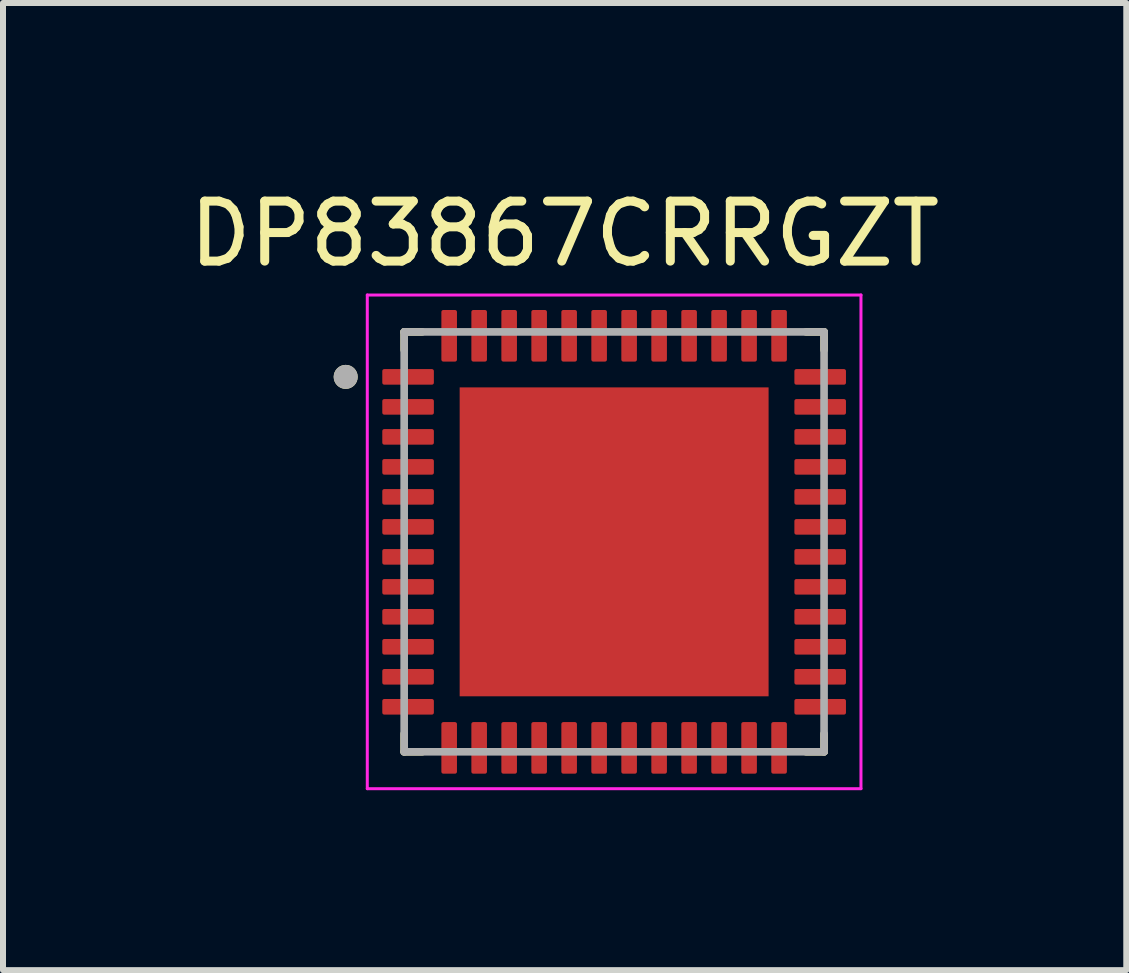
<source format=kicad_pcb>
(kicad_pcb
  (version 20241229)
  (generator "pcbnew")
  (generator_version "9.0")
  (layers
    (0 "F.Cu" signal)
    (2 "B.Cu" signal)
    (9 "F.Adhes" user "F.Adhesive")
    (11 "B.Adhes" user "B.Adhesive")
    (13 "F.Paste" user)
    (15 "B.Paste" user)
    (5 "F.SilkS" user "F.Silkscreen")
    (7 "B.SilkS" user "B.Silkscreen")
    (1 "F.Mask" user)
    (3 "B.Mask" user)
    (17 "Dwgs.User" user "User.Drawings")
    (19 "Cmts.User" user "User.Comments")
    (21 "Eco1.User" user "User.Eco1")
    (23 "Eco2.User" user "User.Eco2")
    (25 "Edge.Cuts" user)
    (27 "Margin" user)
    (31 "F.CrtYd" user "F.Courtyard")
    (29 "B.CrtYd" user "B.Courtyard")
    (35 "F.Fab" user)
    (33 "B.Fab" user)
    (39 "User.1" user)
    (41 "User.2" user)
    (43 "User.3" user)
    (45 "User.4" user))
  (footprint "DP83867CRRGZT"
    (layer "F.Cu")
    (at 7.188 5.983)
    (property "Reference" "DP83867CRRGZT" (at -0.825 -5.135 0) (layer "F.SilkS") (effects (font (size 1 1) (thickness 0.15))))
    (attr smd)
    (fp_line (start -3.5 -3.5) (end -3.5 -3.2) (stroke (width 0.127) (type solid)) (layer "F.SilkS"))
    (fp_line (start -3.5 -3.5) (end -3.2 -3.5) (stroke (width 0.127) (type solid)) (layer "F.SilkS"))
    (fp_line (start -3.5 3.5) (end -3.5 3.2) (stroke (width 0.127) (type solid)) (layer "F.SilkS"))
    (fp_line (start -3.5 3.5) (end -3.2 3.5) (stroke (width 0.127) (type solid)) (layer "F.SilkS"))
    (fp_line (start 3.5 -3.5) (end 3.2 -3.5) (stroke (width 0.127) (type solid)) (layer "F.SilkS"))
    (fp_line (start 3.5 -3.5) (end 3.5 -3.2) (stroke (width 0.127) (type solid)) (layer "F.SilkS"))
    (fp_line (start 3.5 3.5) (end 3.2 3.5) (stroke (width 0.127) (type solid)) (layer "F.SilkS"))
    (fp_line (start 3.5 3.5) (end 3.5 3.2) (stroke (width 0.127) (type solid)) (layer "F.SilkS"))
    (fp_circle (center -4.475 -2.75) (end -4.375 -2.75) (stroke (width 0.2) (type solid)) (fill no) (layer "F.SilkS"))
    (fp_poly (pts (xy -2.1 -2.1) (xy -0.48 -2.1) (xy -0.48 -0.48) (xy -2.1 -0.48)) (stroke (width 0.01) (type solid)) (fill yes) (layer "F.Paste"))
    (fp_poly (pts (xy -2.1 0.48) (xy -0.48 0.48) (xy -0.48 2.1) (xy -2.1 2.1)) (stroke (width 0.01) (type solid)) (fill yes) (layer "F.Paste"))
    (fp_poly (pts (xy 0.48 -2.1) (xy 2.1 -2.1) (xy 2.1 -0.48) (xy 0.48 -0.48)) (stroke (width 0.01) (type solid)) (fill yes) (layer "F.Paste"))
    (fp_poly (pts (xy 0.48 0.48) (xy 2.1 0.48) (xy 2.1 2.1) (xy 0.48 2.1)) (stroke (width 0.01) (type solid)) (fill yes) (layer "F.Paste"))
    (fp_line (start -4.115 -4.115) (end 4.115 -4.115) (stroke (width 0.05) (type solid)) (layer "F.CrtYd"))
    (fp_line (start -4.115 4.115) (end -4.115 -4.115) (stroke (width 0.05) (type solid)) (layer "F.CrtYd"))
    (fp_line (start -4.115 4.115) (end 4.115 4.115) (stroke (width 0.05) (type solid)) (layer "F.CrtYd"))
    (fp_line (start 4.115 4.115) (end 4.115 -4.115) (stroke (width 0.05) (type solid)) (layer "F.CrtYd"))
    (fp_line (start -3.5 3.5) (end -3.5 -3.5) (stroke (width 0.127) (type solid)) (layer "F.Fab"))
    (fp_line (start 3.5 -3.5) (end -3.5 -3.5) (stroke (width 0.127) (type solid)) (layer "F.Fab"))
    (fp_line (start 3.5 3.5) (end -3.5 3.5) (stroke (width 0.127) (type solid)) (layer "F.Fab"))
    (fp_line (start 3.5 3.5) (end 3.5 -3.5) (stroke (width 0.127) (type solid)) (layer "F.Fab"))
    (fp_circle (center -4.475 -2.75) (end -4.375 -2.75) (stroke (width 0.2) (type solid)) (fill no) (layer "F.Fab"))
    (pad "1" smd roundrect (at -3.435 -2.75) (size 0.86 0.26) (layers "F.Cu" "F.Mask" "F.Paste") (roundrect_rratio 0.125))
    (pad "2" smd roundrect (at -3.435 -2.25) (size 0.86 0.26) (layers "F.Cu" "F.Mask" "F.Paste") (roundrect_rratio 0.125))
    (pad "3" smd roundrect (at -3.435 -1.75) (size 0.86 0.26) (layers "F.Cu" "F.Mask" "F.Paste") (roundrect_rratio 0.125))
    (pad "4" smd roundrect (at -3.435 -1.25) (size 0.86 0.26) (layers "F.Cu" "F.Mask" "F.Paste") (roundrect_rratio 0.125))
    (pad "5" smd roundrect (at -3.435 -0.75) (size 0.86 0.26) (layers "F.Cu" "F.Mask" "F.Paste") (roundrect_rratio 0.125))
    (pad "6" smd roundrect (at -3.435 -0.25) (size 0.86 0.26) (layers "F.Cu" "F.Mask" "F.Paste") (roundrect_rratio 0.125))
    (pad "7" smd roundrect (at -3.435 0.25) (size 0.86 0.26) (layers "F.Cu" "F.Mask" "F.Paste") (roundrect_rratio 0.125))
    (pad "8" smd roundrect (at -3.435 0.75) (size 0.86 0.26) (layers "F.Cu" "F.Mask" "F.Paste") (roundrect_rratio 0.125))
    (pad "9" smd roundrect (at -3.435 1.25) (size 0.86 0.26) (layers "F.Cu" "F.Mask" "F.Paste") (roundrect_rratio 0.125))
    (pad "10" smd roundrect (at -3.435 1.75) (size 0.86 0.26) (layers "F.Cu" "F.Mask" "F.Paste") (roundrect_rratio 0.125))
    (pad "11" smd roundrect (at -3.435 2.25) (size 0.86 0.26) (layers "F.Cu" "F.Mask" "F.Paste") (roundrect_rratio 0.125))
    (pad "12" smd roundrect (at -3.435 2.75) (size 0.86 0.26) (layers "F.Cu" "F.Mask" "F.Paste") (roundrect_rratio 0.125))
    (pad "13" smd roundrect (at -2.75 3.435) (size 0.26 0.86) (layers "F.Cu" "F.Mask" "F.Paste") (roundrect_rratio 0.125))
    (pad "14" smd roundrect (at -2.25 3.435) (size 0.26 0.86) (layers "F.Cu" "F.Mask" "F.Paste") (roundrect_rratio 0.125))
    (pad "15" smd roundrect (at -1.75 3.435) (size 0.26 0.86) (layers "F.Cu" "F.Mask" "F.Paste") (roundrect_rratio 0.125))
    (pad "16" smd roundrect (at -1.25 3.435) (size 0.26 0.86) (layers "F.Cu" "F.Mask" "F.Paste") (roundrect_rratio 0.125))
    (pad "17" smd roundrect (at -0.75 3.435) (size 0.26 0.86) (layers "F.Cu" "F.Mask" "F.Paste") (roundrect_rratio 0.125))
    (pad "18" smd roundrect (at -0.25 3.435) (size 0.26 0.86) (layers "F.Cu" "F.Mask" "F.Paste") (roundrect_rratio 0.125))
    (pad "19" smd roundrect (at 0.25 3.435) (size 0.26 0.86) (layers "F.Cu" "F.Mask" "F.Paste") (roundrect_rratio 0.125))
    (pad "20" smd roundrect (at 0.75 3.435) (size 0.26 0.86) (layers "F.Cu" "F.Mask" "F.Paste") (roundrect_rratio 0.125))
    (pad "21" smd roundrect (at 1.25 3.435) (size 0.26 0.86) (layers "F.Cu" "F.Mask" "F.Paste") (roundrect_rratio 0.125))
    (pad "22" smd roundrect (at 1.75 3.435) (size 0.26 0.86) (layers "F.Cu" "F.Mask" "F.Paste") (roundrect_rratio 0.125))
    (pad "23" smd roundrect (at 2.25 3.435) (size 0.26 0.86) (layers "F.Cu" "F.Mask" "F.Paste") (roundrect_rratio 0.125))
    (pad "24" smd roundrect (at 2.75 3.435) (size 0.26 0.86) (layers "F.Cu" "F.Mask" "F.Paste") (roundrect_rratio 0.125))
    (pad "25" smd roundrect (at 3.435 2.75) (size 0.86 0.26) (layers "F.Cu" "F.Mask" "F.Paste") (roundrect_rratio 0.125))
    (pad "26" smd roundrect (at 3.435 2.25) (size 0.86 0.26) (layers "F.Cu" "F.Mask" "F.Paste") (roundrect_rratio 0.125))
    (pad "27" smd roundrect (at 3.435 1.75) (size 0.86 0.26) (layers "F.Cu" "F.Mask" "F.Paste") (roundrect_rratio 0.125))
    (pad "28" smd roundrect (at 3.435 1.25) (size 0.86 0.26) (layers "F.Cu" "F.Mask" "F.Paste") (roundrect_rratio 0.125))
    (pad "29" smd roundrect (at 3.435 0.75) (size 0.86 0.26) (layers "F.Cu" "F.Mask" "F.Paste") (roundrect_rratio 0.125))
    (pad "30" smd roundrect (at 3.435 0.25) (size 0.86 0.26) (layers "F.Cu" "F.Mask" "F.Paste") (roundrect_rratio 0.125))
    (pad "31" smd roundrect (at 3.435 -0.25) (size 0.86 0.26) (layers "F.Cu" "F.Mask" "F.Paste") (roundrect_rratio 0.125))
    (pad "32" smd roundrect (at 3.435 -0.75) (size 0.86 0.26) (layers "F.Cu" "F.Mask" "F.Paste") (roundrect_rratio 0.125))
    (pad "33" smd roundrect (at 3.435 -1.25) (size 0.86 0.26) (layers "F.Cu" "F.Mask" "F.Paste") (roundrect_rratio 0.125))
    (pad "34" smd roundrect (at 3.435 -1.75) (size 0.86 0.26) (layers "F.Cu" "F.Mask" "F.Paste") (roundrect_rratio 0.125))
    (pad "35" smd roundrect (at 3.435 -2.25) (size 0.86 0.26) (layers "F.Cu" "F.Mask" "F.Paste") (roundrect_rratio 0.125))
    (pad "36" smd roundrect (at 3.435 -2.75) (size 0.86 0.26) (layers "F.Cu" "F.Mask" "F.Paste") (roundrect_rratio 0.125))
    (pad "37" smd roundrect (at 2.75 -3.435) (size 0.26 0.86) (layers "F.Cu" "F.Mask" "F.Paste") (roundrect_rratio 0.125))
    (pad "38" smd roundrect (at 2.25 -3.435) (size 0.26 0.86) (layers "F.Cu" "F.Mask" "F.Paste") (roundrect_rratio 0.125))
    (pad "39" smd roundrect (at 1.75 -3.435) (size 0.26 0.86) (layers "F.Cu" "F.Mask" "F.Paste") (roundrect_rratio 0.125))
    (pad "40" smd roundrect (at 1.25 -3.435) (size 0.26 0.86) (layers "F.Cu" "F.Mask" "F.Paste") (roundrect_rratio 0.125))
    (pad "41" smd roundrect (at 0.75 -3.435) (size 0.26 0.86) (layers "F.Cu" "F.Mask" "F.Paste") (roundrect_rratio 0.125))
    (pad "42" smd roundrect (at 0.25 -3.435) (size 0.26 0.86) (layers "F.Cu" "F.Mask" "F.Paste") (roundrect_rratio 0.125))
    (pad "43" smd roundrect (at -0.25 -3.435) (size 0.26 0.86) (layers "F.Cu" "F.Mask" "F.Paste") (roundrect_rratio 0.125))
    (pad "44" smd roundrect (at -0.75 -3.435) (size 0.26 0.86) (layers "F.Cu" "F.Mask" "F.Paste") (roundrect_rratio 0.125))
    (pad "45" smd roundrect (at -1.25 -3.435) (size 0.26 0.86) (layers "F.Cu" "F.Mask" "F.Paste") (roundrect_rratio 0.125))
    (pad "46" smd roundrect (at -1.75 -3.435) (size 0.26 0.86) (layers "F.Cu" "F.Mask" "F.Paste") (roundrect_rratio 0.125))
    (pad "47" smd roundrect (at -2.25 -3.435) (size 0.26 0.86) (layers "F.Cu" "F.Mask" "F.Paste") (roundrect_rratio 0.125))
    (pad "48" smd roundrect (at -2.75 -3.435) (size 0.26 0.86) (layers "F.Cu" "F.Mask" "F.Paste") (roundrect_rratio 0.125))
    (pad "49" smd rect (at 0 0) (size 5.15 5.15) (layers "F.Cu" "F.Mask")))
  (gr_rect
    (start -3 -3)
    (end 15.726 13.123)
    (stroke (width 0.1) (type default))
    (fill no)
    (layer "Edge.Cuts")))
</source>
